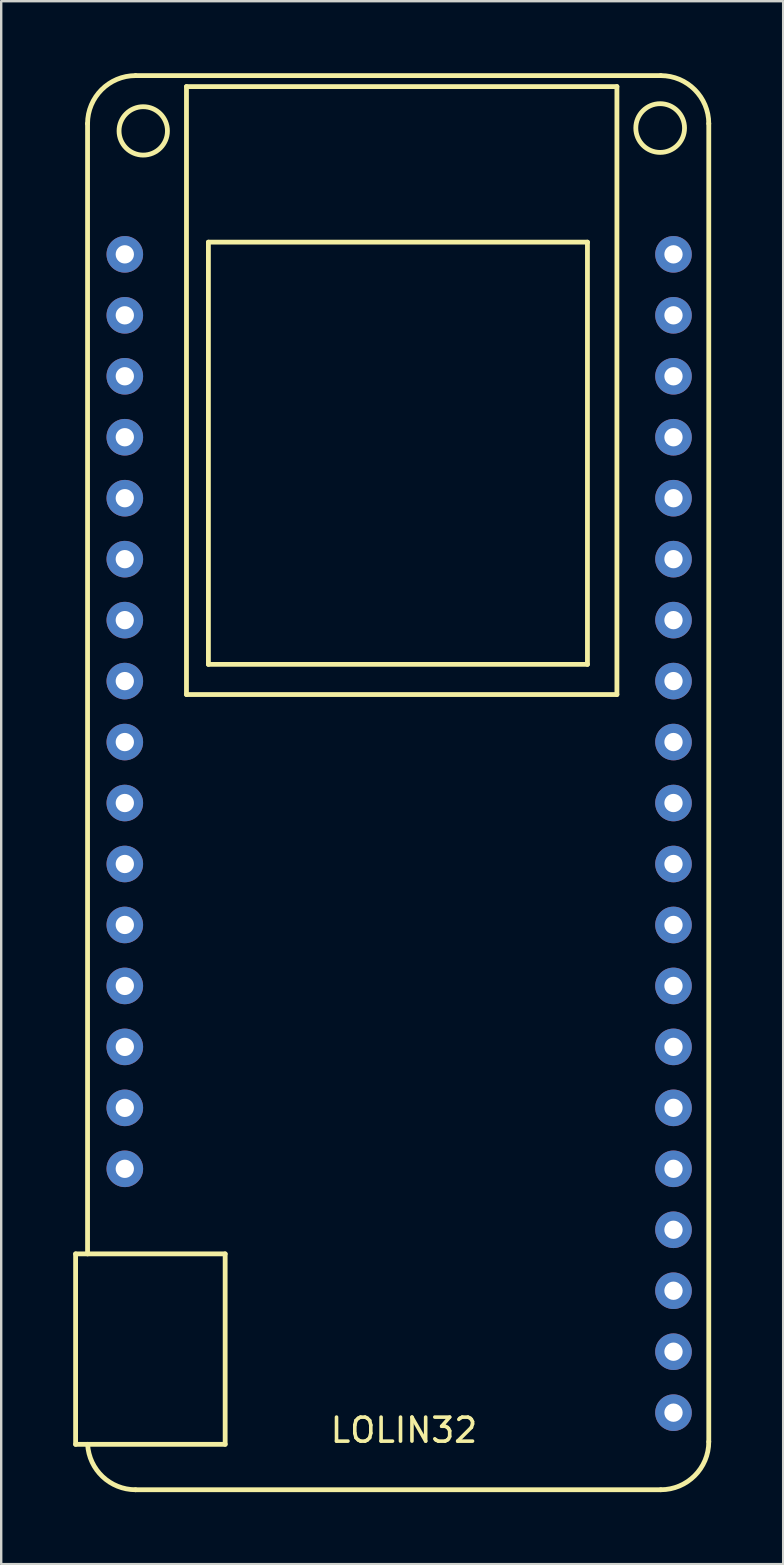
<source format=kicad_pcb>
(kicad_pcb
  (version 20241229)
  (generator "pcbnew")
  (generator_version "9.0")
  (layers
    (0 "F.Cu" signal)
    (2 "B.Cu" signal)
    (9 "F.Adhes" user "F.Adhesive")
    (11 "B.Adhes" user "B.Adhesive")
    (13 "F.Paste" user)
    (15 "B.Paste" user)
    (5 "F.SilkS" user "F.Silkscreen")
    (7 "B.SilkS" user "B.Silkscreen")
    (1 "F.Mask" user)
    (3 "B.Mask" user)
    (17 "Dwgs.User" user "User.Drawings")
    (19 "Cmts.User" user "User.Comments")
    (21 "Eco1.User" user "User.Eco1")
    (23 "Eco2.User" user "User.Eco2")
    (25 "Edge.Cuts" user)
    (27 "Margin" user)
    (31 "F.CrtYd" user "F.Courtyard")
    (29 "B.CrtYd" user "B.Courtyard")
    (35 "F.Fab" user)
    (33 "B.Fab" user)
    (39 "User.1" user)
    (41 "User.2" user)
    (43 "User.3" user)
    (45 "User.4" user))
  (footprint "LOLIN32"
    (layer "F.Cu")
    (at 1.08 57.807)
    (property "Reference" "LOLIN32" (at 12.7 -1.27 0) (unlocked yes) (layer "F.SilkS") (effects (font (size 1 1) (thickness 0.15))))
    (attr through_hole)
    (fp_line (start -0.98 -8.615) (end -0.98 -0.681) (stroke (width 0.2) (type solid)) (layer "F.SilkS"))
    (fp_line (start -0.98 -0.681) (end 5.251 -0.681) (stroke (width 0.2) (type solid)) (layer "F.SilkS"))
    (fp_line (start -0.482 -55.707) (end -0.482 -8.615) (stroke (width 0.2) (type solid)) (layer "F.SilkS"))
    (fp_line (start 1.518 1.211) (end 23.4 1.211) (stroke (width 0.2) (type solid)) (layer "F.SilkS"))
    (fp_line (start 3.639 -57.25) (end 3.639 -31.92) (stroke (width 0.2) (type solid)) (layer "F.SilkS"))
    (fp_line (start 3.639 -31.92) (end 21.573 -31.92) (stroke (width 0.2) (type solid)) (layer "F.SilkS"))
    (fp_line (start 4.553 -50.768) (end 4.553 -33.177) (stroke (width 0.2) (type solid)) (layer "F.SilkS"))
    (fp_line (start 4.553 -33.177) (end 20.345 -33.177) (stroke (width 0.2) (type solid)) (layer "F.SilkS"))
    (fp_line (start 5.251 -8.615) (end -0.98 -8.615) (stroke (width 0.2) (type solid)) (layer "F.SilkS"))
    (fp_line (start 5.251 -0.681) (end 5.251 -8.615) (stroke (width 0.2) (type solid)) (layer "F.SilkS"))
    (fp_line (start 20.345 -50.768) (end 4.553 -50.768) (stroke (width 0.2) (type solid)) (layer "F.SilkS"))
    (fp_line (start 20.345 -33.177) (end 20.345 -50.768) (stroke (width 0.2) (type solid)) (layer "F.SilkS"))
    (fp_line (start 21.573 -57.25) (end 3.639 -57.25) (stroke (width 0.2) (type solid)) (layer "F.SilkS"))
    (fp_line (start 21.573 -31.92) (end 21.573 -57.25) (stroke (width 0.2) (type solid)) (layer "F.SilkS"))
    (fp_line (start 23.4 -57.707) (end 1.518 -57.707) (stroke (width 0.2) (type solid)) (layer "F.SilkS"))
    (fp_line (start 25.4 -0.789) (end 25.4 -55.707) (stroke (width 0.2) (type solid)) (layer "F.SilkS"))
    (fp_arc (start -0.482178 -55.707051) (mid 0.103608 -57.121265) (end 1.517822 -57.707051) (stroke (width 0.2) (type solid)) (layer "F.SilkS"))
    (fp_arc (start 1.517822 1.210983) (mid 0.142325 0.662881) (end -0.479259 -0.68101) (stroke (width 0.2) (type solid)) (layer "F.SilkS"))
    (fp_arc (start 23.4 -57.707051) (mid 24.814214 -57.121265) (end 25.4 -55.707051) (stroke (width 0.2) (type solid)) (layer "F.SilkS"))
    (fp_arc (start 25.4 -0.789017) (mid 24.814214 0.625197) (end 23.4 1.210983) (stroke (width 0.2) (type solid)) (layer "F.SilkS"))
    (fp_circle (center 1.838 -55.403) (end 2.846 -55.403) (stroke (width 0.2) (type solid)) (fill no) (layer "F.SilkS"))
    (fp_circle (center 23.375 -55.522) (end 24.39 -55.522) (stroke (width 0.2) (type solid)) (fill no) (layer "F.SilkS"))
    (pad "1" thru_hole circle (at 1.07 -12.16) (size 1.524 1.524) (drill 0.762) (layers "*.Cu" "*.Mask"))
    (pad "2" thru_hole circle (at 1.07 -14.7) (size 1.524 1.524) (drill 0.762) (layers "*.Cu" "*.Mask"))
    (pad "3" thru_hole circle (at 1.07 -17.24) (size 1.524 1.524) (drill 0.762) (layers "*.Cu" "*.Mask"))
    (pad "4" thru_hole circle (at 1.07 -19.78) (size 1.524 1.524) (drill 0.762) (layers "*.Cu" "*.Mask"))
    (pad "5" thru_hole circle (at 1.07 -22.32) (size 1.524 1.524) (drill 0.762) (layers "*.Cu" "*.Mask"))
    (pad "6" thru_hole circle (at 1.07 -24.86) (size 1.524 1.524) (drill 0.762) (layers "*.Cu" "*.Mask"))
    (pad "7" thru_hole circle (at 1.07 -27.4) (size 1.524 1.524) (drill 0.762) (layers "*.Cu" "*.Mask"))
    (pad "8" thru_hole circle (at 1.07 -29.94) (size 1.524 1.524) (drill 0.762) (layers "*.Cu" "*.Mask"))
    (pad "9" thru_hole circle (at 1.07 -32.48) (size 1.524 1.524) (drill 0.762) (layers "*.Cu" "*.Mask"))
    (pad "10" thru_hole circle (at 1.07 -35.02) (size 1.524 1.524) (drill 0.762) (layers "*.Cu" "*.Mask"))
    (pad "11" thru_hole circle (at 1.07 -37.56) (size 1.524 1.524) (drill 0.762) (layers "*.Cu" "*.Mask"))
    (pad "12" thru_hole circle (at 1.07 -40.1) (size 1.524 1.524) (drill 0.762) (layers "*.Cu" "*.Mask"))
    (pad "13" thru_hole circle (at 1.07 -42.64) (size 1.524 1.524) (drill 0.762) (layers "*.Cu" "*.Mask"))
    (pad "14" thru_hole circle (at 1.07 -45.18) (size 1.524 1.524) (drill 0.762) (layers "*.Cu" "*.Mask"))
    (pad "15" thru_hole circle (at 1.07 -47.72) (size 1.524 1.524) (drill 0.762) (layers "*.Cu" "*.Mask"))
    (pad "16" thru_hole circle (at 1.07 -50.26) (size 1.524 1.524) (drill 0.762) (layers "*.Cu" "*.Mask"))
    (pad "17" thru_hole circle (at 23.93 -2) (size 1.524 1.524) (drill 0.762) (layers "*.Cu" "*.Mask"))
    (pad "18" thru_hole circle (at 23.93 -4.54) (size 1.524 1.524) (drill 0.762) (layers "*.Cu" "*.Mask"))
    (pad "19" thru_hole circle (at 23.93 -7.08) (size 1.524 1.524) (drill 0.762) (layers "*.Cu" "*.Mask"))
    (pad "20" thru_hole circle (at 23.93 -9.62) (size 1.524 1.524) (drill 0.762) (layers "*.Cu" "*.Mask"))
    (pad "21" thru_hole circle (at 23.93 -12.16) (size 1.524 1.524) (drill 0.762) (layers "*.Cu" "*.Mask"))
    (pad "22" thru_hole circle (at 23.93 -14.7) (size 1.524 1.524) (drill 0.762) (layers "*.Cu" "*.Mask"))
    (pad "23" thru_hole circle (at 23.93 -17.24) (size 1.524 1.524) (drill 0.762) (layers "*.Cu" "*.Mask"))
    (pad "24" thru_hole circle (at 23.93 -19.78) (size 1.524 1.524) (drill 0.762) (layers "*.Cu" "*.Mask"))
    (pad "25" thru_hole circle (at 23.93 -22.32) (size 1.524 1.524) (drill 0.762) (layers "*.Cu" "*.Mask"))
    (pad "26" thru_hole circle (at 23.93 -24.86) (size 1.524 1.524) (drill 0.762) (layers "*.Cu" "*.Mask"))
    (pad "27" thru_hole circle (at 23.93 -27.4) (size 1.524 1.524) (drill 0.762) (layers "*.Cu" "*.Mask"))
    (pad "28" thru_hole circle (at 23.93 -29.94) (size 1.524 1.524) (drill 0.762) (layers "*.Cu" "*.Mask"))
    (pad "29" thru_hole circle (at 23.93 -32.48) (size 1.524 1.524) (drill 0.762) (layers "*.Cu" "*.Mask"))
    (pad "30" thru_hole circle (at 23.93 -35.02) (size 1.524 1.524) (drill 0.762) (layers "*.Cu" "*.Mask"))
    (pad "31" thru_hole circle (at 23.93 -37.56) (size 1.524 1.524) (drill 0.762) (layers "*.Cu" "*.Mask"))
    (pad "32" thru_hole circle (at 23.93 -40.1) (size 1.524 1.524) (drill 0.762) (layers "*.Cu" "*.Mask"))
    (pad "33" thru_hole circle (at 23.93 -42.64) (size 1.524 1.524) (drill 0.762) (layers "*.Cu" "*.Mask"))
    (pad "34" thru_hole circle (at 23.93 -45.18) (size 1.524 1.524) (drill 0.762) (layers "*.Cu" "*.Mask"))
    (pad "35" thru_hole circle (at 23.93 -47.72) (size 1.524 1.524) (drill 0.762) (layers "*.Cu" "*.Mask"))
    (pad "36" thru_hole circle (at 23.93 -50.26) (size 1.524 1.524) (drill 0.762) (layers "*.Cu" "*.Mask")))
  (gr_rect
    (start -3 -3)
    (end 29.58 62.118)
    (stroke (width 0.1) (type default))
    (fill no)
    (layer "Edge.Cuts")))
</source>
